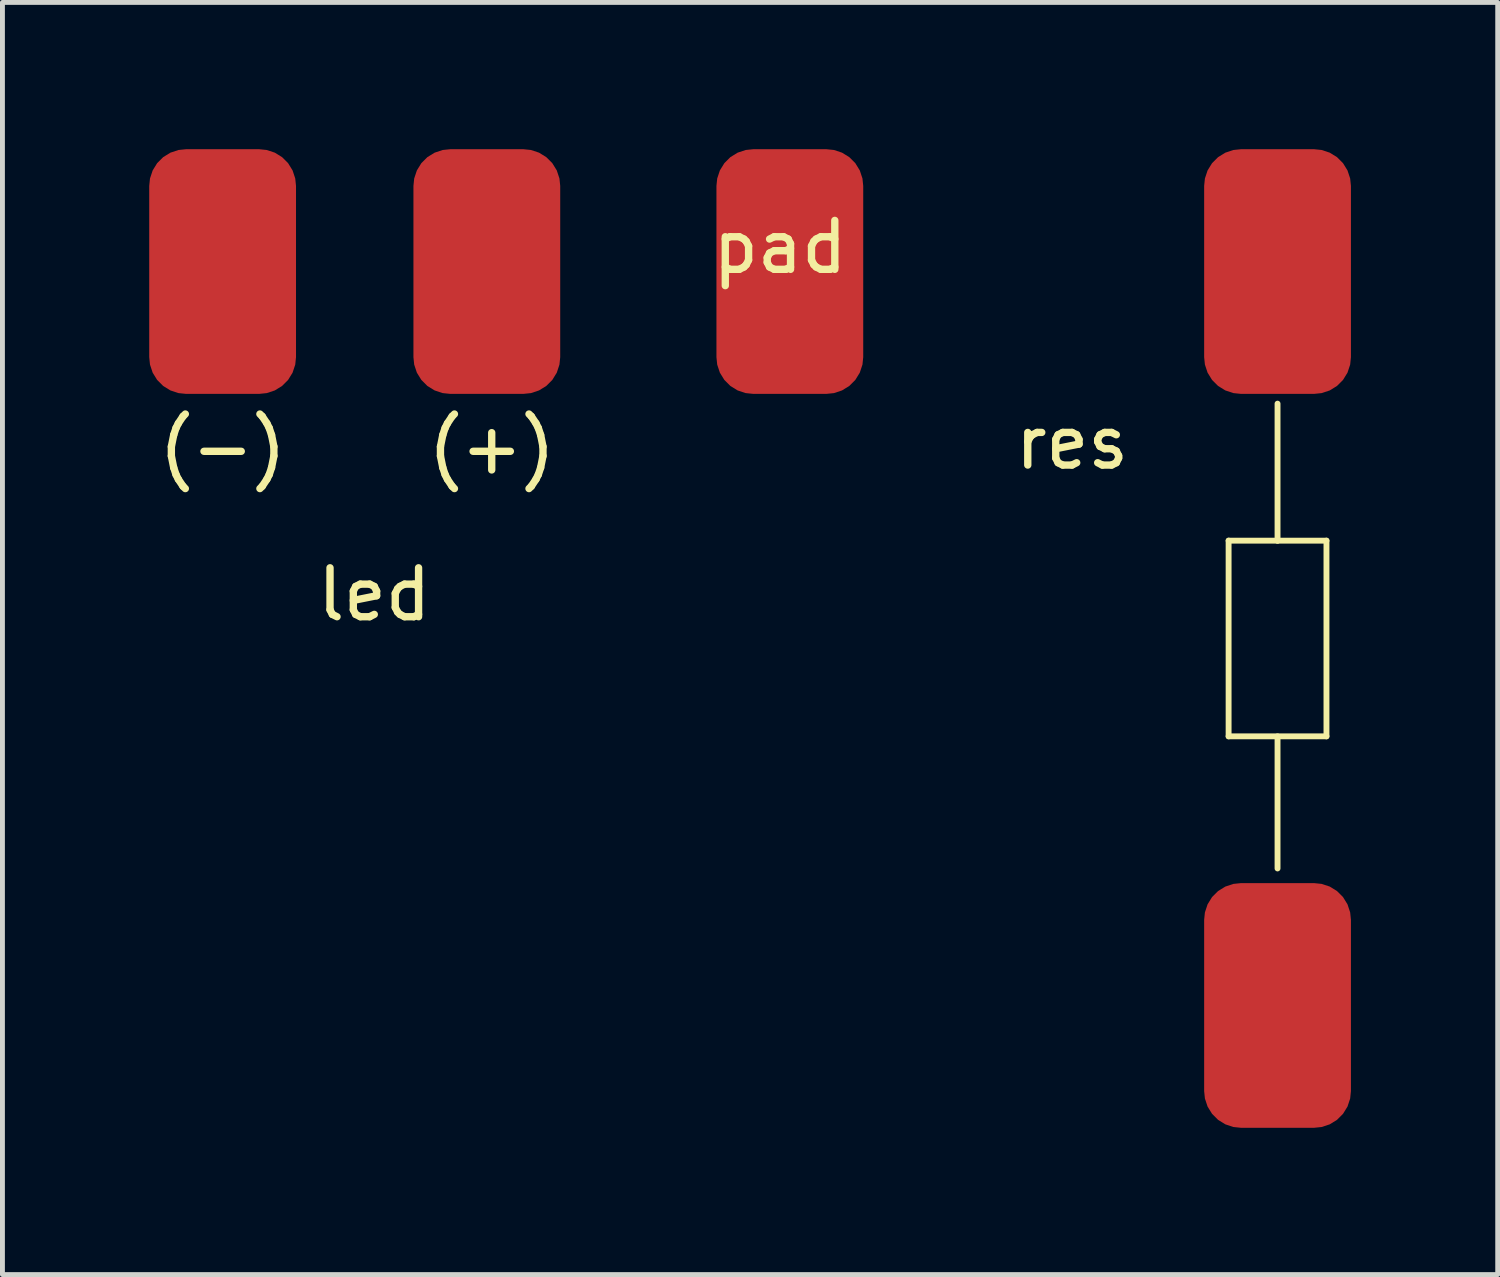
<source format=kicad_pcb>
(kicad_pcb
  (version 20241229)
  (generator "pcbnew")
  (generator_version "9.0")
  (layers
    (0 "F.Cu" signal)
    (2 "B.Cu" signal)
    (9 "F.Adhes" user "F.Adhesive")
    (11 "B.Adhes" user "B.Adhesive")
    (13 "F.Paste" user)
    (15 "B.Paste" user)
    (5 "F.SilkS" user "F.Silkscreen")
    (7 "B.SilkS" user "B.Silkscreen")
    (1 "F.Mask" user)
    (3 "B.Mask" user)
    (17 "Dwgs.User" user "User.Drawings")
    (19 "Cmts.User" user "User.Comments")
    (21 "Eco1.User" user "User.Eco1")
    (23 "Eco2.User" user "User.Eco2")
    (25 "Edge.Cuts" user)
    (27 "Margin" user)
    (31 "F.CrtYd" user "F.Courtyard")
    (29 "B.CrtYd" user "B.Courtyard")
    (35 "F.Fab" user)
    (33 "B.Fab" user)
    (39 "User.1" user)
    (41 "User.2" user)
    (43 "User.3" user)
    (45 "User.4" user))
  (footprint "pad"
    (layer "F.Cu")
    (at 12.893 2.5)
    (property "Reference" "pad" (at 0 -0.5 0) (unlocked yes) (layer "F.SilkS") (effects (font (size 1 1) (thickness 0.15))))
    (attr smd)
    (pad "1" smd roundrect (at 0.2 0 90) (size 5 3) (layers "F.Cu" "F.Mask" "F.Paste") (roundrect_rratio 0.25)))
  (footprint "led"
    (layer "F.Cu")
    (at 1.8 3.5)
    (property "Reference" "led" (at 2.8 5.6 0) (unlocked yes) (layer "F.SilkS") (effects (font (size 1 1) (thickness 0.15))))
    (attr smd)
    (fp_text user "(+)" (at 5.2 2.6 0) (unlocked yes) (layer "F.SilkS") (effects (font (size 1 1) (thickness 0.15))))
    (fp_text user "(-)" (at -0.3 2.6 0) (unlocked yes) (layer "F.SilkS") (effects (font (size 1 1) (thickness 0.15))))
    (pad "1" smd roundrect (at -0.3 -1 90) (size 5 3) (layers "F.Cu" "F.Mask" "F.Paste") (roundrect_rratio 0.25))
    (pad "2" smd roundrect (at 5.1 -1 90) (size 5 3) (layers "F.Cu" "F.Mask" "F.Paste") (roundrect_rratio 0.25)))
  (footprint "res"
    (layer "F.Cu")
    (at 23.061 10)
    (property "Reference" "res" (at -4.2 -4 0) (unlocked yes) (layer "F.SilkS") (effects (font (size 1 1) (thickness 0.15))))
    (attr smd)
    (fp_line (start -1 -2) (end 0 -2) (stroke (width 0.12) (type solid)) (layer "F.SilkS"))
    (fp_line (start -1 2) (end -1 -2) (stroke (width 0.12) (type solid)) (layer "F.SilkS"))
    (fp_line (start 0 -4.8) (end 0 -2) (stroke (width 0.12) (type solid)) (layer "F.SilkS"))
    (fp_line (start 0 -2) (end 1 -2) (stroke (width 0.12) (type solid)) (layer "F.SilkS"))
    (fp_line (start 0 2) (end 0 4.7) (stroke (width 0.12) (type solid)) (layer "F.SilkS"))
    (fp_line (start 1 -2) (end 1 2) (stroke (width 0.12) (type solid)) (layer "F.SilkS"))
    (fp_line (start 1 2) (end -1 2) (stroke (width 0.12) (type solid)) (layer "F.SilkS"))
    (pad "1" smd roundrect (at 0 -7.5 90) (size 5 3) (layers "F.Cu" "F.Mask" "F.Paste") (roundrect_rratio 0.25))
    (pad "2" smd roundrect (at 0 7.5 90) (size 5 3) (layers "F.Cu" "F.Mask" "F.Paste") (roundrect_rratio 0.25)))
  (gr_rect
    (start -3 -3)
    (end 27.561 23)
    (stroke (width 0.1) (type default))
    (fill no)
    (layer "Edge.Cuts")))
</source>
